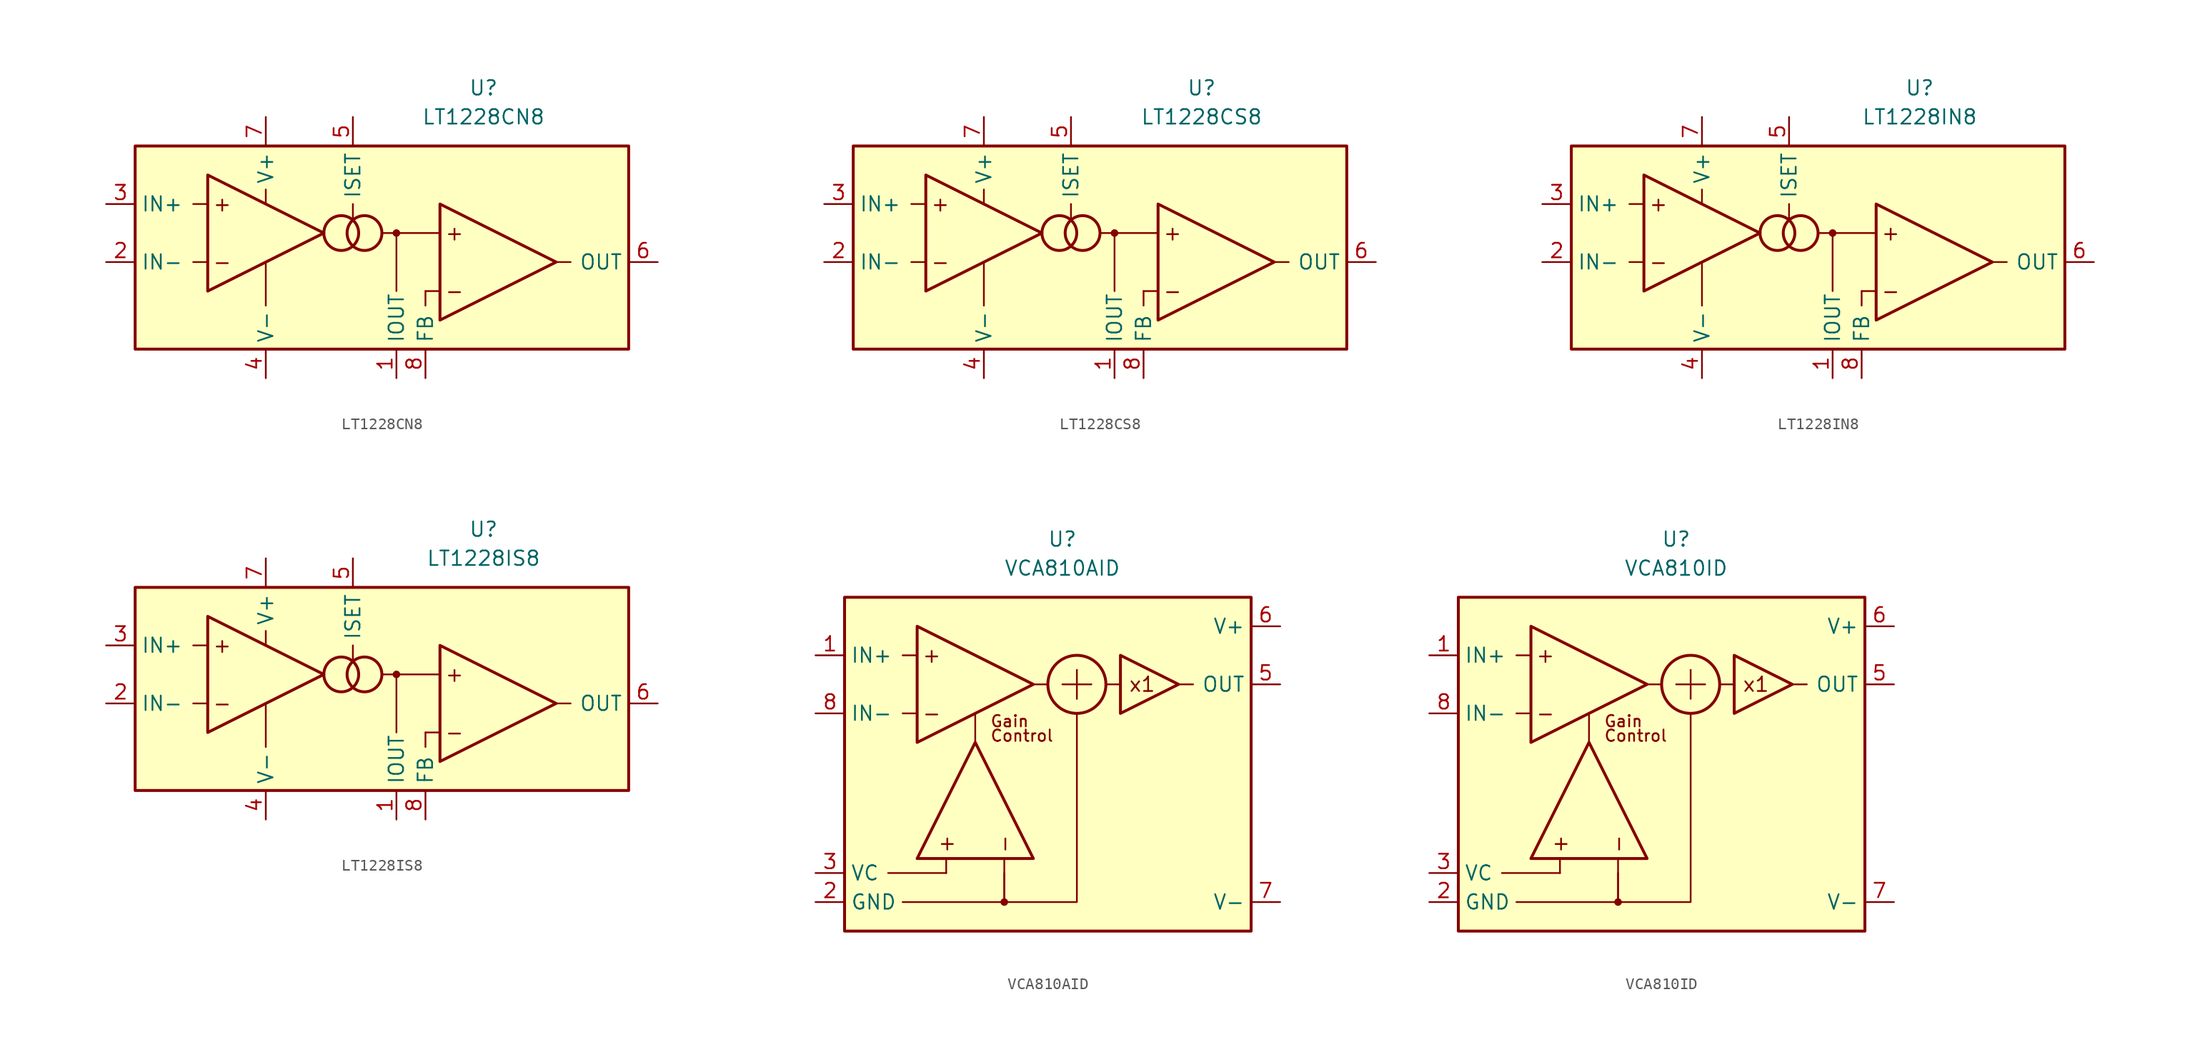
<source format=kicad_sym>
(kicad_symbol_lib
  (version 20231120)
  (generator "kicad_symbol_editor")
  (generator_version "8.0")
  (symbol "LT1228CN8"
    (property "Reference" "U"
      (at 10.16 13.97 0)
      (effects (font (size 1.27 1.27))))
    (property "Value" "LT1228CN8"
      (at 10.16 11.43 0)
      (effects (font (size 1.27 1.27))))
    (symbol "LT1228CN8_0_0"
      (rectangle (start -20.32 8.89) (end 22.86 -8.89) (stroke (width 0.254) (type default)) (fill (type background)))
      (circle (center -2.286 1.27) (radius 1.524) (stroke (width 0.254) (type default)) (fill (type none)))
      (circle (center -0.254 1.27) (radius 1.524) (stroke (width 0.254) (type default)) (fill (type none)))
      (polyline (pts (xy -13.97 -1.27) (xy -15.24 -1.27)) (stroke (width 0.152) (type default)) (fill (type none)))
      (polyline (pts (xy -13.97 3.81) (xy -15.24 3.81)) (stroke (width 0.152) (type default)) (fill (type none)))
      (polyline (pts (xy -8.89 -1.27) (xy -8.89 -5.08)) (stroke (width 0.152) (type default)) (fill (type none)))
      (polyline (pts (xy -8.89 3.81) (xy -8.89 5.08)) (stroke (width 0.152) (type default)) (fill (type none)))
      (polyline (pts (xy -1.27 3.81) (xy -1.27 2.54)) (stroke (width 0.152) (type default)) (fill (type none)))
      (polyline (pts (xy 1.27 1.27) (xy 6.35 1.27)) (stroke (width 0.152) (type default)) (fill (type none)))
      (polyline (pts (xy 2.54 1.27) (xy 2.54 -3.81)) (stroke (width 0.152) (type default)) (fill (type none)))
      (polyline (pts (xy 5.08 -3.81) (xy 5.08 -5.08)) (stroke (width 0.152) (type default)) (fill (type none)))
      (polyline (pts (xy 6.35 -3.81) (xy 5.08 -3.81)) (stroke (width 0.152) (type default)) (fill (type none)))
      (polyline (pts (xy 16.51 -1.27) (xy 17.78 -1.27)) (stroke (width 0.152) (type default)) (fill (type none)))
      (circle (center 2.54 1.27) (radius 0.254) (stroke (width 0.152) (type default)) (fill (type outline)))
      (text "+" (at -12.7 3.81 0) (effects (font (size 1.27 1.27))))
      (text "+" (at 7.62 1.27 0) (effects (font (size 1.27 1.27))))
      (text "-" (at -12.7 -1.27 0) (effects (font (size 1.27 1.27))))
      (text "-" (at 7.62 -3.81 0) (effects (font (size 1.27 1.27)))))
    (symbol "LT1228CN8_0_1"
      (polyline (pts (xy -13.97 6.35) (xy -13.97 -3.81) (xy -3.81 1.27) (xy -13.97 6.35)) (stroke (width 0.254) (type default)) (fill (type none)))
      (polyline (pts (xy 6.35 3.81) (xy 6.35 -6.35) (xy 16.51 -1.27) (xy 6.35 3.81)) (stroke (width 0.254) (type default)) (fill (type none))))
    (symbol "LT1228CN8_1_1"
      (pin output line (at 2.54 -11.43 90) (length 2.54) (name "IOUT" (effects (font (size 1.27 1.27)))) (number "1" (effects (font (size 1.27 1.27)))))
      (pin input line (at -22.86 -1.27 0) (length 2.54) (name "IN-" (effects (font (size 1.27 1.27)))) (number "2" (effects (font (size 1.27 1.27)))))
      (pin input line (at -22.86 3.81 0) (length 2.54) (name "IN+" (effects (font (size 1.27 1.27)))) (number "3" (effects (font (size 1.27 1.27)))))
      (pin power_in line (at -8.89 -11.43 90) (length 2.54) (name "V-" (effects (font (size 1.27 1.27)))) (number "4" (effects (font (size 1.27 1.27)))))
      (pin passive line (at -1.27 11.43 270) (length 2.54) (name "ISET" (effects (font (size 1.27 1.27)))) (number "5" (effects (font (size 1.27 1.27)))))
      (pin output line (at 25.4 -1.27 180) (length 2.54) (name "OUT" (effects (font (size 1.27 1.27)))) (number "6" (effects (font (size 1.27 1.27)))))
      (pin power_in line (at -8.89 11.43 270) (length 2.54) (name "V+" (effects (font (size 1.27 1.27)))) (number "7" (effects (font (size 1.27 1.27)))))
      (pin input line (at 5.08 -11.43 90) (length 2.54) (name "FB" (effects (font (size 1.27 1.27)))) (number "8" (effects (font (size 1.27 1.27)))))))
  (symbol "LT1228CS8"
    (property "Reference" "U"
      (at 10.16 13.97 0)
      (effects (font (size 1.27 1.27))))
    (property "Value" "LT1228CS8"
      (at 10.16 11.43 0)
      (effects (font (size 1.27 1.27))))
    (symbol "LT1228CS8_0_0"
      (rectangle (start -20.32 8.89) (end 22.86 -8.89) (stroke (width 0.254) (type default)) (fill (type background)))
      (circle (center -2.286 1.27) (radius 1.524) (stroke (width 0.254) (type default)) (fill (type none)))
      (circle (center -0.254 1.27) (radius 1.524) (stroke (width 0.254) (type default)) (fill (type none)))
      (polyline (pts (xy -13.97 -1.27) (xy -15.24 -1.27)) (stroke (width 0.152) (type default)) (fill (type none)))
      (polyline (pts (xy -13.97 3.81) (xy -15.24 3.81)) (stroke (width 0.152) (type default)) (fill (type none)))
      (polyline (pts (xy -8.89 -1.27) (xy -8.89 -5.08)) (stroke (width 0.152) (type default)) (fill (type none)))
      (polyline (pts (xy -8.89 3.81) (xy -8.89 5.08)) (stroke (width 0.152) (type default)) (fill (type none)))
      (polyline (pts (xy -1.27 3.81) (xy -1.27 2.54)) (stroke (width 0.152) (type default)) (fill (type none)))
      (polyline (pts (xy 1.27 1.27) (xy 6.35 1.27)) (stroke (width 0.152) (type default)) (fill (type none)))
      (polyline (pts (xy 2.54 1.27) (xy 2.54 -3.81)) (stroke (width 0.152) (type default)) (fill (type none)))
      (polyline (pts (xy 5.08 -3.81) (xy 5.08 -5.08)) (stroke (width 0.152) (type default)) (fill (type none)))
      (polyline (pts (xy 6.35 -3.81) (xy 5.08 -3.81)) (stroke (width 0.152) (type default)) (fill (type none)))
      (polyline (pts (xy 16.51 -1.27) (xy 17.78 -1.27)) (stroke (width 0.152) (type default)) (fill (type none)))
      (circle (center 2.54 1.27) (radius 0.254) (stroke (width 0.152) (type default)) (fill (type outline)))
      (text "+" (at -12.7 3.81 0) (effects (font (size 1.27 1.27))))
      (text "+" (at 7.62 1.27 0) (effects (font (size 1.27 1.27))))
      (text "-" (at -12.7 -1.27 0) (effects (font (size 1.27 1.27))))
      (text "-" (at 7.62 -3.81 0) (effects (font (size 1.27 1.27)))))
    (symbol "LT1228CS8_0_1"
      (polyline (pts (xy -13.97 6.35) (xy -13.97 -3.81) (xy -3.81 1.27) (xy -13.97 6.35)) (stroke (width 0.254) (type default)) (fill (type none)))
      (polyline (pts (xy 6.35 3.81) (xy 6.35 -6.35) (xy 16.51 -1.27) (xy 6.35 3.81)) (stroke (width 0.254) (type default)) (fill (type none))))
    (symbol "LT1228CS8_1_1"
      (pin output line (at 2.54 -11.43 90) (length 2.54) (name "IOUT" (effects (font (size 1.27 1.27)))) (number "1" (effects (font (size 1.27 1.27)))))
      (pin input line (at -22.86 -1.27 0) (length 2.54) (name "IN-" (effects (font (size 1.27 1.27)))) (number "2" (effects (font (size 1.27 1.27)))))
      (pin input line (at -22.86 3.81 0) (length 2.54) (name "IN+" (effects (font (size 1.27 1.27)))) (number "3" (effects (font (size 1.27 1.27)))))
      (pin power_in line (at -8.89 -11.43 90) (length 2.54) (name "V-" (effects (font (size 1.27 1.27)))) (number "4" (effects (font (size 1.27 1.27)))))
      (pin passive line (at -1.27 11.43 270) (length 2.54) (name "ISET" (effects (font (size 1.27 1.27)))) (number "5" (effects (font (size 1.27 1.27)))))
      (pin output line (at 25.4 -1.27 180) (length 2.54) (name "OUT" (effects (font (size 1.27 1.27)))) (number "6" (effects (font (size 1.27 1.27)))))
      (pin power_in line (at -8.89 11.43 270) (length 2.54) (name "V+" (effects (font (size 1.27 1.27)))) (number "7" (effects (font (size 1.27 1.27)))))
      (pin input line (at 5.08 -11.43 90) (length 2.54) (name "FB" (effects (font (size 1.27 1.27)))) (number "8" (effects (font (size 1.27 1.27)))))))
  (symbol "LT1228IN8"
    (property "Reference" "U"
      (at 10.16 13.97 0)
      (effects (font (size 1.27 1.27))))
    (property "Value" "LT1228IN8"
      (at 10.16 11.43 0)
      (effects (font (size 1.27 1.27))))
    (symbol "LT1228IN8_0_0"
      (rectangle (start -20.32 8.89) (end 22.86 -8.89) (stroke (width 0.254) (type default)) (fill (type background)))
      (circle (center -2.286 1.27) (radius 1.524) (stroke (width 0.254) (type default)) (fill (type none)))
      (circle (center -0.254 1.27) (radius 1.524) (stroke (width 0.254) (type default)) (fill (type none)))
      (polyline (pts (xy -13.97 -1.27) (xy -15.24 -1.27)) (stroke (width 0.152) (type default)) (fill (type none)))
      (polyline (pts (xy -13.97 3.81) (xy -15.24 3.81)) (stroke (width 0.152) (type default)) (fill (type none)))
      (polyline (pts (xy -8.89 -1.27) (xy -8.89 -5.08)) (stroke (width 0.152) (type default)) (fill (type none)))
      (polyline (pts (xy -8.89 3.81) (xy -8.89 5.08)) (stroke (width 0.152) (type default)) (fill (type none)))
      (polyline (pts (xy -1.27 3.81) (xy -1.27 2.54)) (stroke (width 0.152) (type default)) (fill (type none)))
      (polyline (pts (xy 1.27 1.27) (xy 6.35 1.27)) (stroke (width 0.152) (type default)) (fill (type none)))
      (polyline (pts (xy 2.54 1.27) (xy 2.54 -3.81)) (stroke (width 0.152) (type default)) (fill (type none)))
      (polyline (pts (xy 5.08 -3.81) (xy 5.08 -5.08)) (stroke (width 0.152) (type default)) (fill (type none)))
      (polyline (pts (xy 6.35 -3.81) (xy 5.08 -3.81)) (stroke (width 0.152) (type default)) (fill (type none)))
      (polyline (pts (xy 16.51 -1.27) (xy 17.78 -1.27)) (stroke (width 0.152) (type default)) (fill (type none)))
      (circle (center 2.54 1.27) (radius 0.254) (stroke (width 0.152) (type default)) (fill (type outline)))
      (text "+" (at -12.7 3.81 0) (effects (font (size 1.27 1.27))))
      (text "+" (at 7.62 1.27 0) (effects (font (size 1.27 1.27))))
      (text "-" (at -12.7 -1.27 0) (effects (font (size 1.27 1.27))))
      (text "-" (at 7.62 -3.81 0) (effects (font (size 1.27 1.27)))))
    (symbol "LT1228IN8_0_1"
      (polyline (pts (xy -13.97 6.35) (xy -13.97 -3.81) (xy -3.81 1.27) (xy -13.97 6.35)) (stroke (width 0.254) (type default)) (fill (type none)))
      (polyline (pts (xy 6.35 3.81) (xy 6.35 -6.35) (xy 16.51 -1.27) (xy 6.35 3.81)) (stroke (width 0.254) (type default)) (fill (type none))))
    (symbol "LT1228IN8_1_1"
      (pin output line (at 2.54 -11.43 90) (length 2.54) (name "IOUT" (effects (font (size 1.27 1.27)))) (number "1" (effects (font (size 1.27 1.27)))))
      (pin input line (at -22.86 -1.27 0) (length 2.54) (name "IN-" (effects (font (size 1.27 1.27)))) (number "2" (effects (font (size 1.27 1.27)))))
      (pin input line (at -22.86 3.81 0) (length 2.54) (name "IN+" (effects (font (size 1.27 1.27)))) (number "3" (effects (font (size 1.27 1.27)))))
      (pin power_in line (at -8.89 -11.43 90) (length 2.54) (name "V-" (effects (font (size 1.27 1.27)))) (number "4" (effects (font (size 1.27 1.27)))))
      (pin passive line (at -1.27 11.43 270) (length 2.54) (name "ISET" (effects (font (size 1.27 1.27)))) (number "5" (effects (font (size 1.27 1.27)))))
      (pin output line (at 25.4 -1.27 180) (length 2.54) (name "OUT" (effects (font (size 1.27 1.27)))) (number "6" (effects (font (size 1.27 1.27)))))
      (pin power_in line (at -8.89 11.43 270) (length 2.54) (name "V+" (effects (font (size 1.27 1.27)))) (number "7" (effects (font (size 1.27 1.27)))))
      (pin input line (at 5.08 -11.43 90) (length 2.54) (name "FB" (effects (font (size 1.27 1.27)))) (number "8" (effects (font (size 1.27 1.27)))))))
  (symbol "LT1228IS8"
    (property "Reference" "U"
      (at 10.16 13.97 0)
      (effects (font (size 1.27 1.27))))
    (property "Value" "LT1228IS8"
      (at 10.16 11.43 0)
      (effects (font (size 1.27 1.27))))
    (symbol "LT1228IS8_0_0"
      (rectangle (start -20.32 8.89) (end 22.86 -8.89) (stroke (width 0.254) (type default)) (fill (type background)))
      (circle (center -2.286 1.27) (radius 1.524) (stroke (width 0.254) (type default)) (fill (type none)))
      (circle (center -0.254 1.27) (radius 1.524) (stroke (width 0.254) (type default)) (fill (type none)))
      (polyline (pts (xy -13.97 -1.27) (xy -15.24 -1.27)) (stroke (width 0.152) (type default)) (fill (type none)))
      (polyline (pts (xy -13.97 3.81) (xy -15.24 3.81)) (stroke (width 0.152) (type default)) (fill (type none)))
      (polyline (pts (xy -8.89 -1.27) (xy -8.89 -5.08)) (stroke (width 0.152) (type default)) (fill (type none)))
      (polyline (pts (xy -8.89 3.81) (xy -8.89 5.08)) (stroke (width 0.152) (type default)) (fill (type none)))
      (polyline (pts (xy -1.27 3.81) (xy -1.27 2.54)) (stroke (width 0.152) (type default)) (fill (type none)))
      (polyline (pts (xy 1.27 1.27) (xy 6.35 1.27)) (stroke (width 0.152) (type default)) (fill (type none)))
      (polyline (pts (xy 2.54 1.27) (xy 2.54 -3.81)) (stroke (width 0.152) (type default)) (fill (type none)))
      (polyline (pts (xy 5.08 -3.81) (xy 5.08 -5.08)) (stroke (width 0.152) (type default)) (fill (type none)))
      (polyline (pts (xy 6.35 -3.81) (xy 5.08 -3.81)) (stroke (width 0.152) (type default)) (fill (type none)))
      (polyline (pts (xy 16.51 -1.27) (xy 17.78 -1.27)) (stroke (width 0.152) (type default)) (fill (type none)))
      (circle (center 2.54 1.27) (radius 0.254) (stroke (width 0.152) (type default)) (fill (type outline)))
      (text "+" (at -12.7 3.81 0) (effects (font (size 1.27 1.27))))
      (text "+" (at 7.62 1.27 0) (effects (font (size 1.27 1.27))))
      (text "-" (at -12.7 -1.27 0) (effects (font (size 1.27 1.27))))
      (text "-" (at 7.62 -3.81 0) (effects (font (size 1.27 1.27)))))
    (symbol "LT1228IS8_0_1"
      (polyline (pts (xy -13.97 6.35) (xy -13.97 -3.81) (xy -3.81 1.27) (xy -13.97 6.35)) (stroke (width 0.254) (type default)) (fill (type none)))
      (polyline (pts (xy 6.35 3.81) (xy 6.35 -6.35) (xy 16.51 -1.27) (xy 6.35 3.81)) (stroke (width 0.254) (type default)) (fill (type none))))
    (symbol "LT1228IS8_1_1"
      (pin output line (at 2.54 -11.43 90) (length 2.54) (name "IOUT" (effects (font (size 1.27 1.27)))) (number "1" (effects (font (size 1.27 1.27)))))
      (pin input line (at -22.86 -1.27 0) (length 2.54) (name "IN-" (effects (font (size 1.27 1.27)))) (number "2" (effects (font (size 1.27 1.27)))))
      (pin input line (at -22.86 3.81 0) (length 2.54) (name "IN+" (effects (font (size 1.27 1.27)))) (number "3" (effects (font (size 1.27 1.27)))))
      (pin power_in line (at -8.89 -11.43 90) (length 2.54) (name "V-" (effects (font (size 1.27 1.27)))) (number "4" (effects (font (size 1.27 1.27)))))
      (pin passive line (at -1.27 11.43 270) (length 2.54) (name "ISET" (effects (font (size 1.27 1.27)))) (number "5" (effects (font (size 1.27 1.27)))))
      (pin output line (at 25.4 -1.27 180) (length 2.54) (name "OUT" (effects (font (size 1.27 1.27)))) (number "6" (effects (font (size 1.27 1.27)))))
      (pin power_in line (at -8.89 11.43 270) (length 2.54) (name "V+" (effects (font (size 1.27 1.27)))) (number "7" (effects (font (size 1.27 1.27)))))
      (pin input line (at 5.08 -11.43 90) (length 2.54) (name "FB" (effects (font (size 1.27 1.27)))) (number "8" (effects (font (size 1.27 1.27)))))))
  (symbol "VCA810AID"
    (property "Reference" "U"
      (at 0 20.32 0)
      (effects (font (size 1.27 1.27))))
    (property "Value" "VCA810AID"
      (at 0 17.78 0)
      (effects (font (size 1.27 1.27))))
    (symbol "VCA810AID_0_0"
      (rectangle (start -19.05 15.24) (end 16.51 -13.97) (stroke (width 0.254) (type default)) (fill (type background)))
      (circle (center -5.08 -11.43) (radius 0.254) (stroke (width 0.152) (type default)) (fill (type outline)))
      (polyline (pts (xy -15.24 -8.89) (xy -10.16 -8.89)) (stroke (width 0.152) (type default)) (fill (type none)))
      (polyline (pts (xy -12.7 5.08) (xy -13.97 5.08)) (stroke (width 0.152) (type default)) (fill (type none)))
      (polyline (pts (xy -12.7 10.16) (xy -13.97 10.16)) (stroke (width 0.152) (type default)) (fill (type none)))
      (polyline (pts (xy -10.16 -8.89) (xy -10.16 -7.62)) (stroke (width 0.152) (type default)) (fill (type none)))
      (polyline (pts (xy -7.62 2.54) (xy -7.62 5.08)) (stroke (width 0.152) (type default)) (fill (type none)))
      (polyline (pts (xy -2.54 7.62) (xy -1.27 7.62)) (stroke (width 0.152) (type default)) (fill (type none)))
      (polyline (pts (xy 0 7.62) (xy 2.54 7.62)) (stroke (width 0.152) (type default)) (fill (type none)))
      (polyline (pts (xy 1.27 8.89) (xy 1.27 6.35)) (stroke (width 0.152) (type default)) (fill (type none)))
      (polyline (pts (xy 5.08 7.62) (xy 3.81 7.62)) (stroke (width 0.152) (type default)) (fill (type none)))
      (polyline (pts (xy 10.16 7.62) (xy 11.43 7.62)) (stroke (width 0.152) (type default)) (fill (type none)))
      (polyline (pts (xy -5.08 -8.89) (xy -5.08 -11.43) (xy -13.97 -11.43)) (stroke (width 0.152) (type default)) (fill (type none)))
      (polyline (pts (xy -5.08 -7.62) (xy -5.08 -11.43) (xy 1.27 -11.43) (xy 1.27 5.08)) (stroke (width 0.152) (type default)) (fill (type none)))
      (circle (center 1.27 7.62) (radius 2.54) (stroke (width 0.254) (type default)) (fill (type none)))
      (text "+" (at -11.43 10.16 0) (effects (font (size 1.27 1.27))))
      (text "+" (at -10.16 -6.35 900) (effects (font (size 1.27 1.27))))
      (text "-" (at -11.43 5.08 0) (effects (font (size 1.27 1.27))))
      (text "-" (at -5.08 -6.35 900) (effects (font (size 1.27 1.27))))
      (text "Control" (at -6.35 2.54 0) (effects (font (size 1 1)) (justify left bottom)))
      (text "Gain" (at -6.35 3.81 0) (effects (font (size 1 1)) (justify left bottom)))
      (text "x1" (at 6.985 7.62 0) (effects (font (size 1.27 1.27)))))
    (symbol "VCA810AID_0_1"
      (polyline (pts (xy -12.7 -7.62) (xy -2.54 -7.62) (xy -7.62 2.54) (xy -12.7 -7.62)) (stroke (width 0.254) (type default)) (fill (type none)))
      (polyline (pts (xy -12.7 12.7) (xy -12.7 2.54) (xy -2.54 7.62) (xy -12.7 12.7)) (stroke (width 0.254) (type default)) (fill (type none)))
      (polyline (pts (xy 5.08 10.16) (xy 5.08 5.08) (xy 10.16 7.62) (xy 5.08 10.16)) (stroke (width 0.254) (type default)) (fill (type none))))
    (symbol "VCA810AID_1_1"
      (pin input line (at -21.59 10.16 0) (length 2.54) (name "IN+" (effects (font (size 1.27 1.27)))) (number "1" (effects (font (size 1.27 1.27)))))
      (pin input line (at -21.59 -11.43 0) (length 2.54) (name "GND" (effects (font (size 1.27 1.27)))) (number "2" (effects (font (size 1.27 1.27)))))
      (pin input line (at -21.59 -8.89 0) (length 2.54) (name "VC" (effects (font (size 1.27 1.27)))) (number "3" (effects (font (size 1.27 1.27)))))
      (pin output line (at 19.05 7.62 180) (length 2.54) (name "OUT" (effects (font (size 1.27 1.27)))) (number "5" (effects (font (size 1.27 1.27)))))
      (pin power_in line (at 19.05 12.7 180) (length 2.54) (name "V+" (effects (font (size 1.27 1.27)))) (number "6" (effects (font (size 1.27 1.27)))))
      (pin power_in line (at 19.05 -11.43 180) (length 2.54) (name "V-" (effects (font (size 1.27 1.27)))) (number "7" (effects (font (size 1.27 1.27)))))
      (pin input line (at -21.59 5.08 0) (length 2.54) (name "IN-" (effects (font (size 1.27 1.27)))) (number "8" (effects (font (size 1.27 1.27)))))))
  (symbol "VCA810ID"
    (property "Reference" "U"
      (at 0 20.32 0)
      (effects (font (size 1.27 1.27))))
    (property "Value" "VCA810ID"
      (at 0 17.78 0)
      (effects (font (size 1.27 1.27))))
    (symbol "VCA810ID_0_0"
      (rectangle (start -19.05 15.24) (end 16.51 -13.97) (stroke (width 0.254) (type default)) (fill (type background)))
      (circle (center -5.08 -11.43) (radius 0.254) (stroke (width 0.152) (type default)) (fill (type outline)))
      (polyline (pts (xy -15.24 -8.89) (xy -10.16 -8.89)) (stroke (width 0.152) (type default)) (fill (type none)))
      (polyline (pts (xy -12.7 5.08) (xy -13.97 5.08)) (stroke (width 0.152) (type default)) (fill (type none)))
      (polyline (pts (xy -12.7 10.16) (xy -13.97 10.16)) (stroke (width 0.152) (type default)) (fill (type none)))
      (polyline (pts (xy -10.16 -8.89) (xy -10.16 -7.62)) (stroke (width 0.152) (type default)) (fill (type none)))
      (polyline (pts (xy -7.62 2.54) (xy -7.62 5.08)) (stroke (width 0.152) (type default)) (fill (type none)))
      (polyline (pts (xy -2.54 7.62) (xy -1.27 7.62)) (stroke (width 0.152) (type default)) (fill (type none)))
      (polyline (pts (xy 0 7.62) (xy 2.54 7.62)) (stroke (width 0.152) (type default)) (fill (type none)))
      (polyline (pts (xy 1.27 8.89) (xy 1.27 6.35)) (stroke (width 0.152) (type default)) (fill (type none)))
      (polyline (pts (xy 5.08 7.62) (xy 3.81 7.62)) (stroke (width 0.152) (type default)) (fill (type none)))
      (polyline (pts (xy 10.16 7.62) (xy 11.43 7.62)) (stroke (width 0.152) (type default)) (fill (type none)))
      (polyline (pts (xy -5.08 -8.89) (xy -5.08 -11.43) (xy -13.97 -11.43)) (stroke (width 0.152) (type default)) (fill (type none)))
      (polyline (pts (xy -5.08 -7.62) (xy -5.08 -11.43) (xy 1.27 -11.43) (xy 1.27 5.08)) (stroke (width 0.152) (type default)) (fill (type none)))
      (circle (center 1.27 7.62) (radius 2.54) (stroke (width 0.254) (type default)) (fill (type none)))
      (text "+" (at -11.43 10.16 0) (effects (font (size 1.27 1.27))))
      (text "+" (at -10.16 -6.35 900) (effects (font (size 1.27 1.27))))
      (text "-" (at -11.43 5.08 0) (effects (font (size 1.27 1.27))))
      (text "-" (at -5.08 -6.35 900) (effects (font (size 1.27 1.27))))
      (text "Control" (at -6.35 2.54 0) (effects (font (size 1 1)) (justify left bottom)))
      (text "Gain" (at -6.35 3.81 0) (effects (font (size 1 1)) (justify left bottom)))
      (text "x1" (at 6.985 7.62 0) (effects (font (size 1.27 1.27)))))
    (symbol "VCA810ID_0_1"
      (polyline (pts (xy -12.7 -7.62) (xy -2.54 -7.62) (xy -7.62 2.54) (xy -12.7 -7.62)) (stroke (width 0.254) (type default)) (fill (type none)))
      (polyline (pts (xy -12.7 12.7) (xy -12.7 2.54) (xy -2.54 7.62) (xy -12.7 12.7)) (stroke (width 0.254) (type default)) (fill (type none)))
      (polyline (pts (xy 5.08 10.16) (xy 5.08 5.08) (xy 10.16 7.62) (xy 5.08 10.16)) (stroke (width 0.254) (type default)) (fill (type none))))
    (symbol "VCA810ID_1_1"
      (pin input line (at -21.59 10.16 0) (length 2.54) (name "IN+" (effects (font (size 1.27 1.27)))) (number "1" (effects (font (size 1.27 1.27)))))
      (pin input line (at -21.59 -11.43 0) (length 2.54) (name "GND" (effects (font (size 1.27 1.27)))) (number "2" (effects (font (size 1.27 1.27)))))
      (pin input line (at -21.59 -8.89 0) (length 2.54) (name "VC" (effects (font (size 1.27 1.27)))) (number "3" (effects (font (size 1.27 1.27)))))
      (pin output line (at 19.05 7.62 180) (length 2.54) (name "OUT" (effects (font (size 1.27 1.27)))) (number "5" (effects (font (size 1.27 1.27)))))
      (pin power_in line (at 19.05 12.7 180) (length 2.54) (name "V+" (effects (font (size 1.27 1.27)))) (number "6" (effects (font (size 1.27 1.27)))))
      (pin power_in line (at 19.05 -11.43 180) (length 2.54) (name "V-" (effects (font (size 1.27 1.27)))) (number "7" (effects (font (size 1.27 1.27)))))
      (pin input line (at -21.59 5.08 0) (length 2.54) (name "IN-" (effects (font (size 1.27 1.27)))) (number "8" (effects (font (size 1.27 1.27))))))))
</source>
